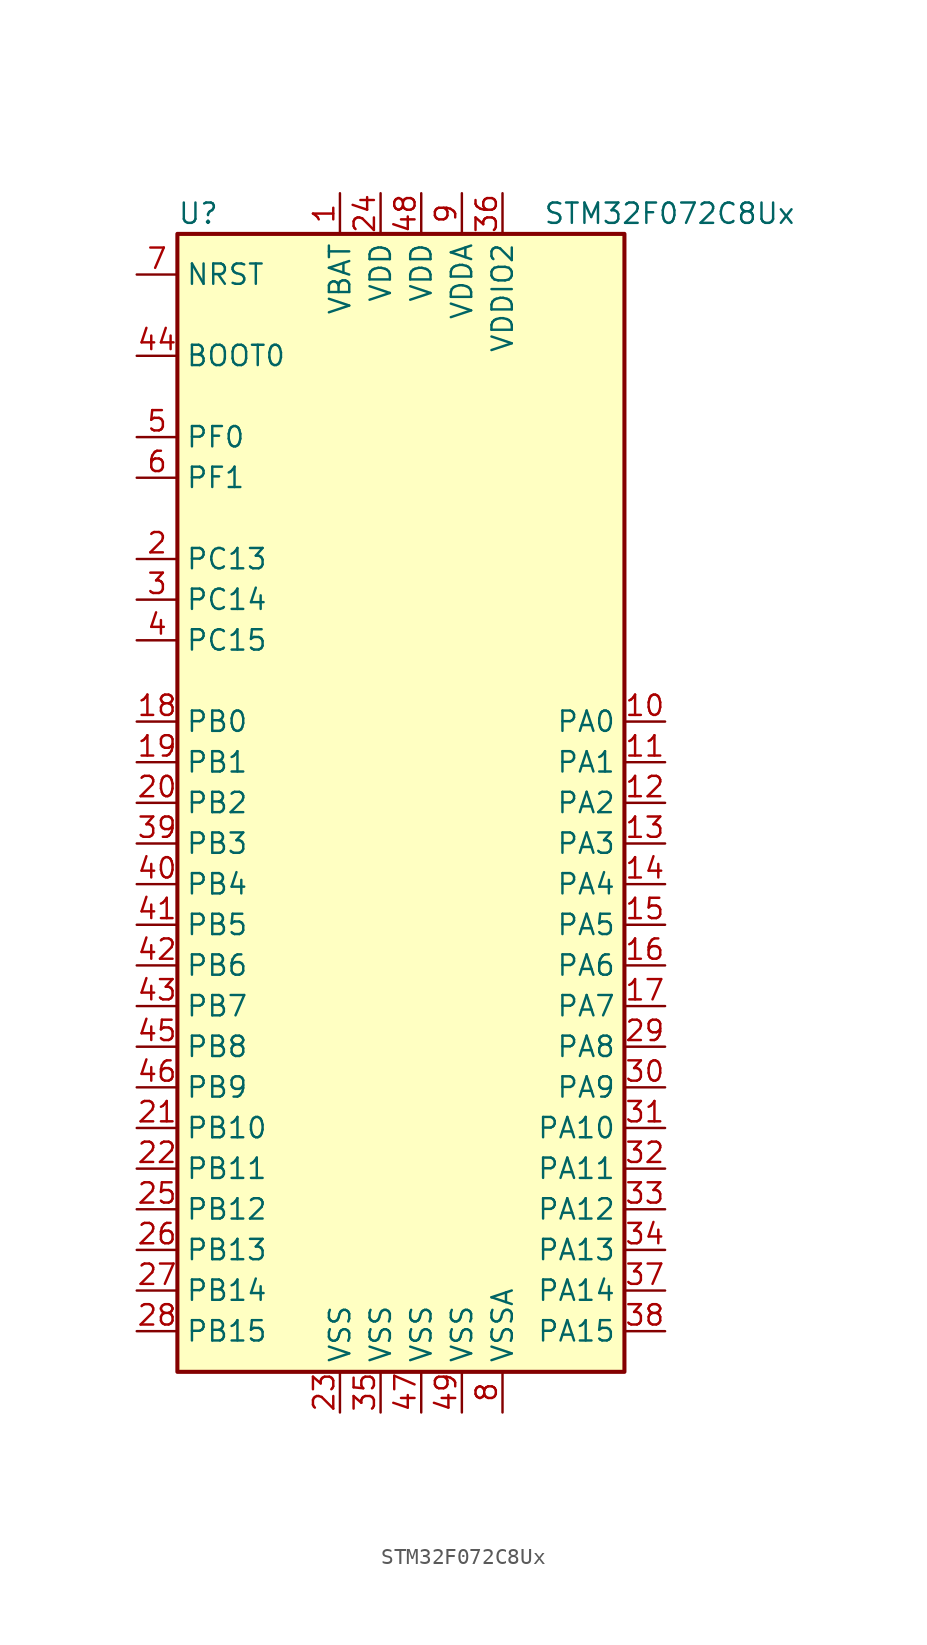
<source format=kicad_sym>
(kicad_symbol_lib
  (version 20201005)
  (generator kicad_symbol_editor)
  (symbol "MCU_ST_STM32F0:STM32F072C8Ux"
    (property "Reference" "U"
      (at -15.24 36.83 0)
      (effects (font (size 1.27 1.27)) (justify left)))
    (property "Value" "STM32F072C8Ux"
      (at 7.62 36.83 0)
      (effects (font (size 1.27 1.27)) (justify left)))
    (symbol "STM32F072C8Ux_0_1"
      (rectangle (start -15.24 -35.56) (end 12.7 35.56) (stroke (width 0.254)) (fill (type background))))
    (symbol "STM32F072C8Ux_1_1"
      (pin power_in line (at -5.08 38.1 270) (length 2.54) (name "VBAT" (effects (font (size 1.27 1.27)))) (number "1" (effects (font (size 1.27 1.27)))))
      (pin bidirectional line (at 15.24 5.08 180) (length 2.54) (name "PA0" (effects (font (size 1.27 1.27)))) (number "10" (effects (font (size 1.27 1.27)))))
      (pin bidirectional line (at 15.24 2.54 180) (length 2.54) (name "PA1" (effects (font (size 1.27 1.27)))) (number "11" (effects (font (size 1.27 1.27)))))
      (pin bidirectional line (at 15.24 0 180) (length 2.54) (name "PA2" (effects (font (size 1.27 1.27)))) (number "12" (effects (font (size 1.27 1.27)))))
      (pin bidirectional line (at 15.24 -2.54 180) (length 2.54) (name "PA3" (effects (font (size 1.27 1.27)))) (number "13" (effects (font (size 1.27 1.27)))))
      (pin bidirectional line (at 15.24 -5.08 180) (length 2.54) (name "PA4" (effects (font (size 1.27 1.27)))) (number "14" (effects (font (size 1.27 1.27)))))
      (pin bidirectional line (at 15.24 -7.62 180) (length 2.54) (name "PA5" (effects (font (size 1.27 1.27)))) (number "15" (effects (font (size 1.27 1.27)))))
      (pin bidirectional line (at 15.24 -10.16 180) (length 2.54) (name "PA6" (effects (font (size 1.27 1.27)))) (number "16" (effects (font (size 1.27 1.27)))))
      (pin bidirectional line (at 15.24 -12.7 180) (length 2.54) (name "PA7" (effects (font (size 1.27 1.27)))) (number "17" (effects (font (size 1.27 1.27)))))
      (pin bidirectional line (at -17.78 5.08 0) (length 2.54) (name "PB0" (effects (font (size 1.27 1.27)))) (number "18" (effects (font (size 1.27 1.27)))))
      (pin bidirectional line (at -17.78 2.54 0) (length 2.54) (name "PB1" (effects (font (size 1.27 1.27)))) (number "19" (effects (font (size 1.27 1.27)))))
      (pin bidirectional line (at -17.78 15.24 0) (length 2.54) (name "PC13" (effects (font (size 1.27 1.27)))) (number "2" (effects (font (size 1.27 1.27)))))
      (pin bidirectional line (at -17.78 0 0) (length 2.54) (name "PB2" (effects (font (size 1.27 1.27)))) (number "20" (effects (font (size 1.27 1.27)))))
      (pin bidirectional line (at -17.78 -20.32 0) (length 2.54) (name "PB10" (effects (font (size 1.27 1.27)))) (number "21" (effects (font (size 1.27 1.27)))))
      (pin bidirectional line (at -17.78 -22.86 0) (length 2.54) (name "PB11" (effects (font (size 1.27 1.27)))) (number "22" (effects (font (size 1.27 1.27)))))
      (pin power_in line (at -5.08 -38.1 90) (length 2.54) (name "VSS" (effects (font (size 1.27 1.27)))) (number "23" (effects (font (size 1.27 1.27)))))
      (pin power_in line (at -2.54 38.1 270) (length 2.54) (name "VDD" (effects (font (size 1.27 1.27)))) (number "24" (effects (font (size 1.27 1.27)))))
      (pin bidirectional line (at -17.78 -25.4 0) (length 2.54) (name "PB12" (effects (font (size 1.27 1.27)))) (number "25" (effects (font (size 1.27 1.27)))))
      (pin bidirectional line (at -17.78 -27.94 0) (length 2.54) (name "PB13" (effects (font (size 1.27 1.27)))) (number "26" (effects (font (size 1.27 1.27)))))
      (pin bidirectional line (at -17.78 -30.48 0) (length 2.54) (name "PB14" (effects (font (size 1.27 1.27)))) (number "27" (effects (font (size 1.27 1.27)))))
      (pin bidirectional line (at -17.78 -33.02 0) (length 2.54) (name "PB15" (effects (font (size 1.27 1.27)))) (number "28" (effects (font (size 1.27 1.27)))))
      (pin bidirectional line (at 15.24 -15.24 180) (length 2.54) (name "PA8" (effects (font (size 1.27 1.27)))) (number "29" (effects (font (size 1.27 1.27)))))
      (pin bidirectional line (at -17.78 12.7 0) (length 2.54) (name "PC14" (effects (font (size 1.27 1.27)))) (number "3" (effects (font (size 1.27 1.27)))))
      (pin bidirectional line (at 15.24 -17.78 180) (length 2.54) (name "PA9" (effects (font (size 1.27 1.27)))) (number "30" (effects (font (size 1.27 1.27)))))
      (pin bidirectional line (at 15.24 -20.32 180) (length 2.54) (name "PA10" (effects (font (size 1.27 1.27)))) (number "31" (effects (font (size 1.27 1.27)))))
      (pin bidirectional line (at 15.24 -22.86 180) (length 2.54) (name "PA11" (effects (font (size 1.27 1.27)))) (number "32" (effects (font (size 1.27 1.27)))))
      (pin bidirectional line (at 15.24 -25.4 180) (length 2.54) (name "PA12" (effects (font (size 1.27 1.27)))) (number "33" (effects (font (size 1.27 1.27)))))
      (pin bidirectional line (at 15.24 -27.94 180) (length 2.54) (name "PA13" (effects (font (size 1.27 1.27)))) (number "34" (effects (font (size 1.27 1.27)))))
      (pin power_in line (at -2.54 -38.1 90) (length 2.54) (name "VSS" (effects (font (size 1.27 1.27)))) (number "35" (effects (font (size 1.27 1.27)))))
      (pin power_in line (at 5.08 38.1 270) (length 2.54) (name "VDDIO2" (effects (font (size 1.27 1.27)))) (number "36" (effects (font (size 1.27 1.27)))))
      (pin bidirectional line (at 15.24 -30.48 180) (length 2.54) (name "PA14" (effects (font (size 1.27 1.27)))) (number "37" (effects (font (size 1.27 1.27)))))
      (pin bidirectional line (at 15.24 -33.02 180) (length 2.54) (name "PA15" (effects (font (size 1.27 1.27)))) (number "38" (effects (font (size 1.27 1.27)))))
      (pin bidirectional line (at -17.78 -2.54 0) (length 2.54) (name "PB3" (effects (font (size 1.27 1.27)))) (number "39" (effects (font (size 1.27 1.27)))))
      (pin bidirectional line (at -17.78 10.16 0) (length 2.54) (name "PC15" (effects (font (size 1.27 1.27)))) (number "4" (effects (font (size 1.27 1.27)))))
      (pin bidirectional line (at -17.78 -5.08 0) (length 2.54) (name "PB4" (effects (font (size 1.27 1.27)))) (number "40" (effects (font (size 1.27 1.27)))))
      (pin bidirectional line (at -17.78 -7.62 0) (length 2.54) (name "PB5" (effects (font (size 1.27 1.27)))) (number "41" (effects (font (size 1.27 1.27)))))
      (pin bidirectional line (at -17.78 -10.16 0) (length 2.54) (name "PB6" (effects (font (size 1.27 1.27)))) (number "42" (effects (font (size 1.27 1.27)))))
      (pin bidirectional line (at -17.78 -12.7 0) (length 2.54) (name "PB7" (effects (font (size 1.27 1.27)))) (number "43" (effects (font (size 1.27 1.27)))))
      (pin input line (at -17.78 27.94 0) (length 2.54) (name "BOOT0" (effects (font (size 1.27 1.27)))) (number "44" (effects (font (size 1.27 1.27)))))
      (pin bidirectional line (at -17.78 -15.24 0) (length 2.54) (name "PB8" (effects (font (size 1.27 1.27)))) (number "45" (effects (font (size 1.27 1.27)))))
      (pin bidirectional line (at -17.78 -17.78 0) (length 2.54) (name "PB9" (effects (font (size 1.27 1.27)))) (number "46" (effects (font (size 1.27 1.27)))))
      (pin power_in line (at 0 -38.1 90) (length 2.54) (name "VSS" (effects (font (size 1.27 1.27)))) (number "47" (effects (font (size 1.27 1.27)))))
      (pin power_in line (at 0 38.1 270) (length 2.54) (name "VDD" (effects (font (size 1.27 1.27)))) (number "48" (effects (font (size 1.27 1.27)))))
      (pin power_in line (at 2.54 -38.1 90) (length 2.54) (name "VSS" (effects (font (size 1.27 1.27)))) (number "49" (effects (font (size 1.27 1.27)))))
      (pin input line (at -17.78 22.86 0) (length 2.54) (name "PF0" (effects (font (size 1.27 1.27)))) (number "5" (effects (font (size 1.27 1.27)))))
      (pin input line (at -17.78 20.32 0) (length 2.54) (name "PF1" (effects (font (size 1.27 1.27)))) (number "6" (effects (font (size 1.27 1.27)))))
      (pin input line (at -17.78 33.02 0) (length 2.54) (name "NRST" (effects (font (size 1.27 1.27)))) (number "7" (effects (font (size 1.27 1.27)))))
      (pin power_in line (at 5.08 -38.1 90) (length 2.54) (name "VSSA" (effects (font (size 1.27 1.27)))) (number "8" (effects (font (size 1.27 1.27)))))
      (pin power_in line (at 2.54 38.1 270) (length 2.54) (name "VDDA" (effects (font (size 1.27 1.27)))) (number "9" (effects (font (size 1.27 1.27))))))))
</source>
